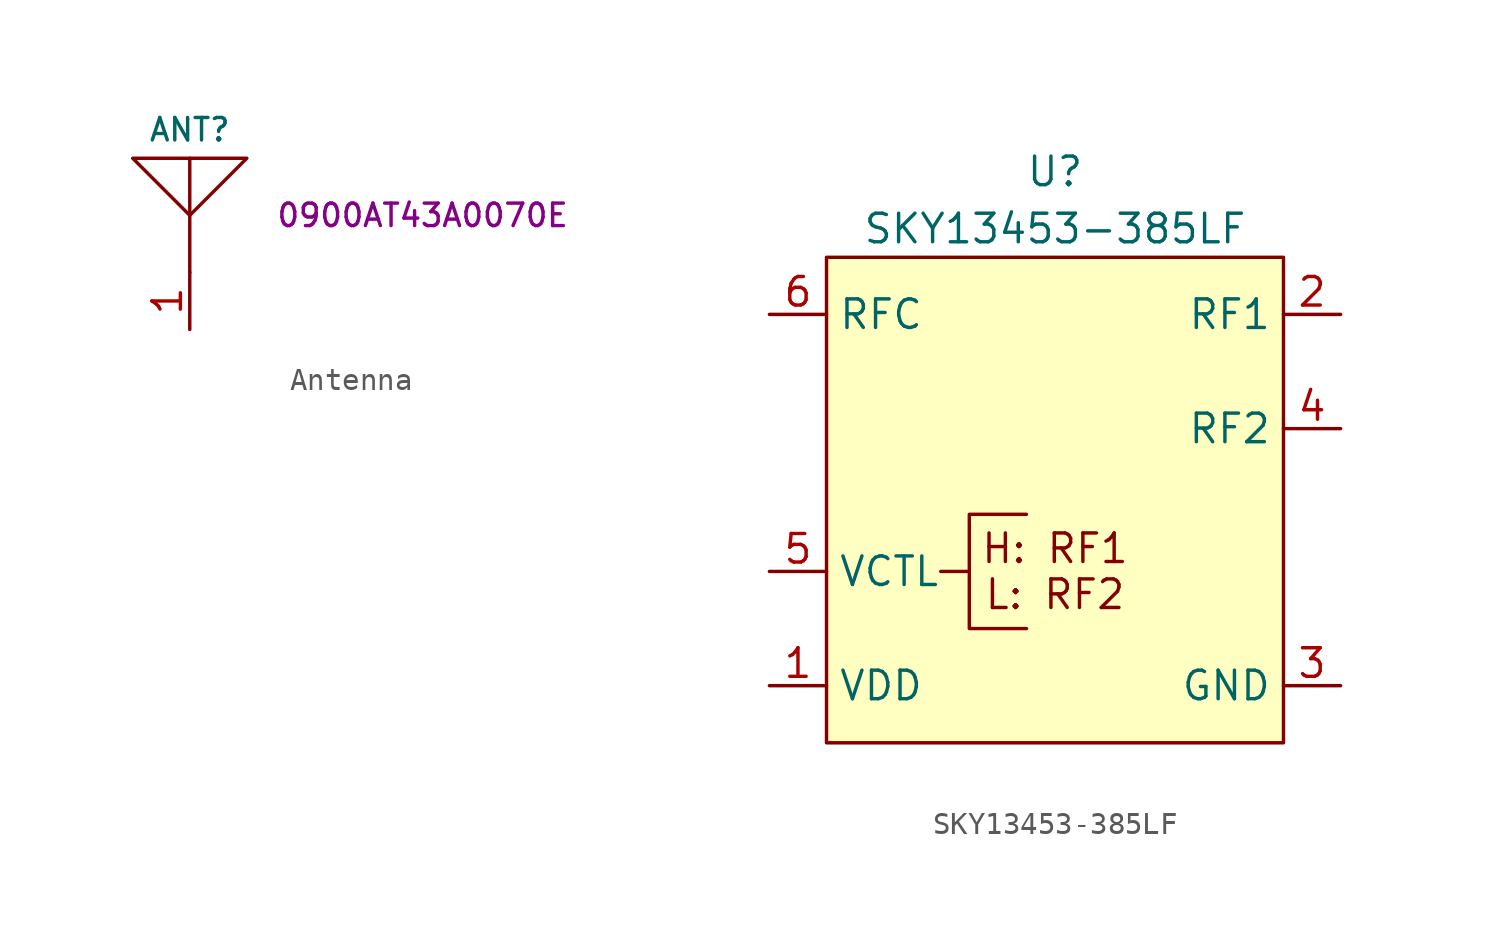
<source format=kicad_sym>
(kicad_symbol_lib
  (version 20231120)
  (generator "kicad_symbol_editor")
  (generator_version "8.0")
  (symbol "Antenna"
    (property "Reference" "ANT"
      (at 0 5.08 0)
      (effects (font (size 1 1))))
    (property "MPN" "0900AT43A0070E"
      (at 3.81 1.27 0)
      (effects (font (size 1 1)) (justify left)))
    (symbol "Antenna_0_1"
      (polyline (pts (xy 0 -1.27) (xy 0 3.81)) (stroke (width 0) (type default)) (fill (type none)))
      (polyline (pts (xy 0 1.27) (xy 2.54 3.81) (xy -2.54 3.81) (xy 0 1.27)) (stroke (width 0) (type default)) (fill (type none))))
    (symbol "Antenna_1_1"
      (pin passive line (at 0 -3.81 90) (length 2.54) (name "~" (effects (font (size 1.27 1.27)))) (number "1" (effects (font (size 1.27 1.27)))))))
  (symbol "SKY13453-385LF"
    (property "Reference" "U"
      (at 0 15.24 0)
      (effects (font (size 1.27 1.27))))
    (property "Value" "SKY13453-385LF"
      (at 0 12.7 0)
      (effects (font (size 1.27 1.27))))
    (symbol "SKY13453-385LF_0_0"
      (text "H: RF1\nL: RF2" (at 0 -2.54 0) (effects (font (size 1.27 1.27)))))
    (symbol "SKY13453-385LF_0_1"
      (rectangle (start -10.16 11.43) (end 10.16 -10.16) (stroke (width 0.152) (type default)) (fill (type background)))
      (polyline (pts (xy -3.81 -2.54) (xy -3.81 -5.08) (xy -1.27 -5.08)) (stroke (width 0) (type default)) (fill (type none)))
      (polyline (pts (xy -5.08 -2.54) (xy -3.81 -2.54) (xy -3.81 0) (xy -1.27 0)) (stroke (width 0) (type default)) (fill (type none))))
    (symbol "SKY13453-385LF_1_1"
      (pin power_in line (at -12.7 -7.62 0) (length 2.54) (name "VDD" (effects (font (size 1.27 1.27)))) (number "1" (effects (font (size 1.27 1.27)))))
      (pin passive line (at 12.7 8.89 180) (length 2.54) (name "RF1" (effects (font (size 1.27 1.27)))) (number "2" (effects (font (size 1.27 1.27)))))
      (pin power_in line (at 12.7 -7.62 180) (length 2.54) (name "GND" (effects (font (size 1.27 1.27)))) (number "3" (effects (font (size 1.27 1.27)))))
      (pin passive line (at 12.7 3.81 180) (length 2.54) (name "RF2" (effects (font (size 1.27 1.27)))) (number "4" (effects (font (size 1.27 1.27)))))
      (pin input line (at -12.7 -2.54 0) (length 2.54) (name "VCTL" (effects (font (size 1.27 1.27)))) (number "5" (effects (font (size 1.27 1.27)))))
      (pin passive line (at -12.7 8.89 0) (length 2.54) (name "RFC" (effects (font (size 1.27 1.27)))) (number "6" (effects (font (size 1.27 1.27))))))))
</source>
